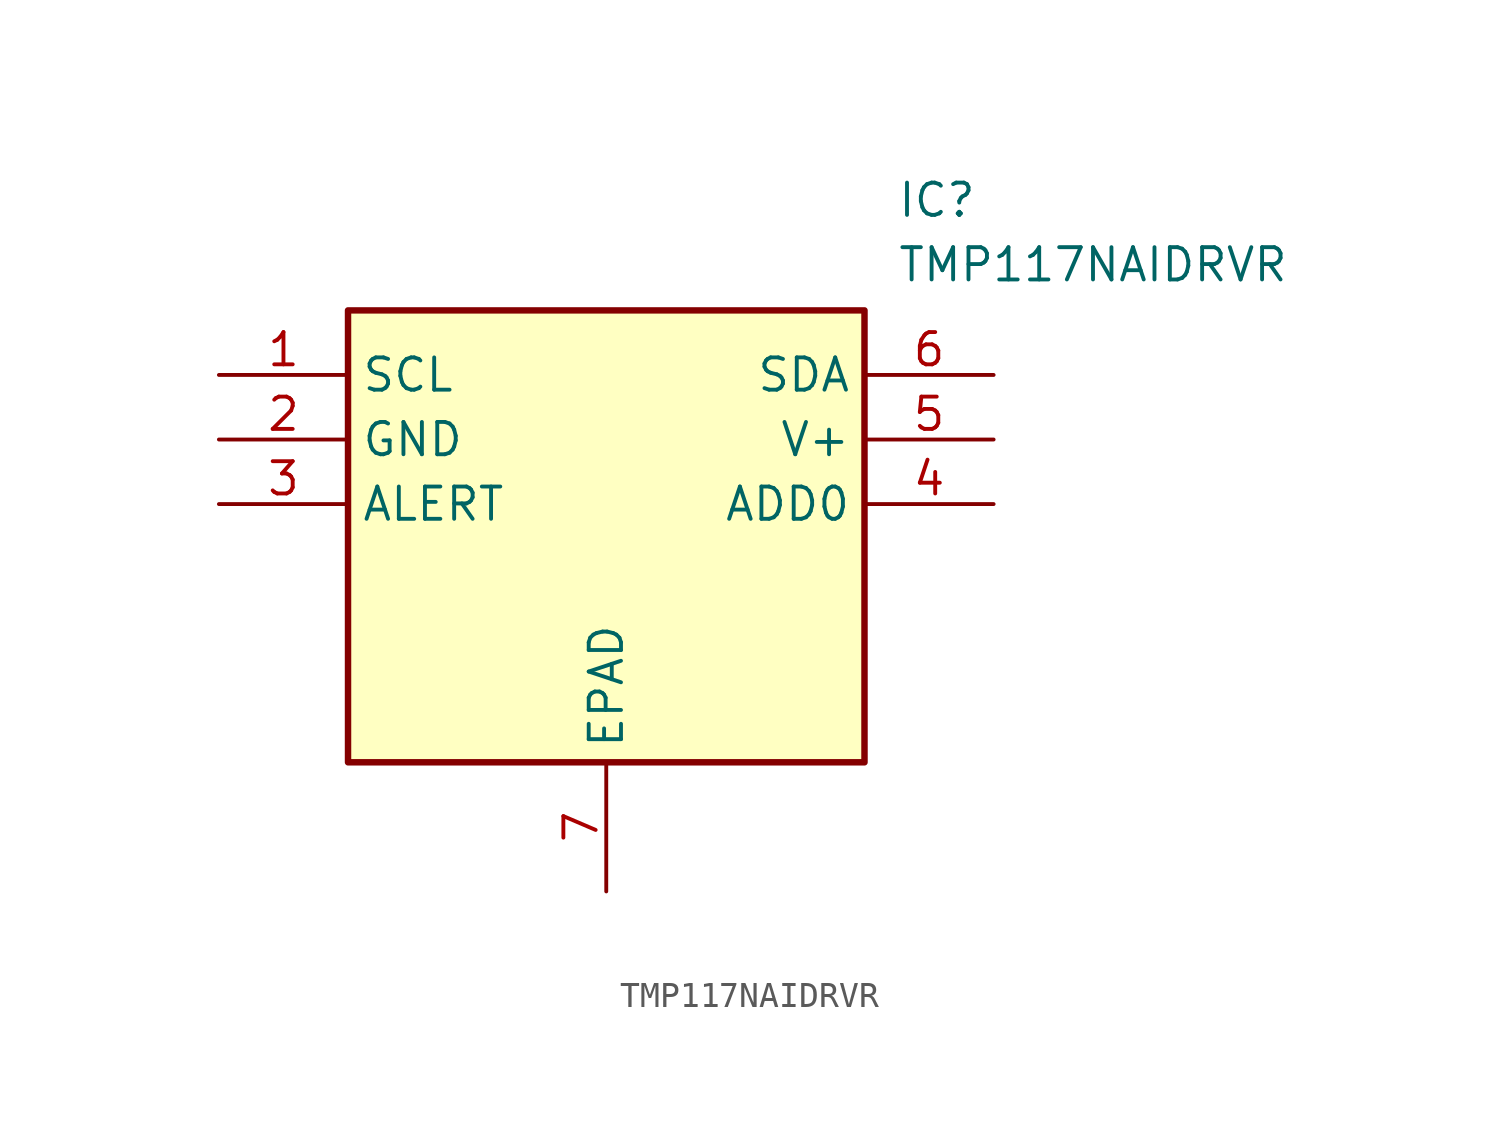
<source format=kicad_sym>
(kicad_symbol_lib
  (version 20211014)
  (generator SamacSys_ECAD_Model)
  (symbol "TMP117NAIDRVR"
    (property "Reference" "IC"
      (at 26.67 7.62 0)
      (effects (font (size 1.27 1.27)) (justify left top)))
    (property "Value" "TMP117NAIDRVR"
      (at 26.67 5.08 0)
      (effects (font (size 1.27 1.27)) (justify left top)))
    (rectangle
      (start 5.08 2.54)
      (end 25.4 -15.24)
      (stroke (width 0.254) (type default))
      (fill (type background)))
    (pin passive line
      (at 0 0 0)
      (length 5.08)
      (name "SCL" (effects (font (size 1.27 1.27))))
      (number "1" (effects (font (size 1.27 1.27)))))
    (pin passive line
      (at 0 -2.54 0)
      (length 5.08)
      (name "GND" (effects (font (size 1.27 1.27))))
      (number "2" (effects (font (size 1.27 1.27)))))
    (pin passive line
      (at 0 -5.08 0)
      (length 5.08)
      (name "ALERT" (effects (font (size 1.27 1.27))))
      (number "3" (effects (font (size 1.27 1.27)))))
    (pin passive line
      (at 15.24 -20.32 90)
      (length 5.08)
      (name "EPAD" (effects (font (size 1.27 1.27))))
      (number "7" (effects (font (size 1.27 1.27)))))
    (pin passive line
      (at 30.48 0 180)
      (length 5.08)
      (name "SDA" (effects (font (size 1.27 1.27))))
      (number "6" (effects (font (size 1.27 1.27)))))
    (pin passive line
      (at 30.48 -2.54 180)
      (length 5.08)
      (name "V+" (effects (font (size 1.27 1.27))))
      (number "5" (effects (font (size 1.27 1.27)))))
    (pin passive line
      (at 30.48 -5.08 180)
      (length 5.08)
      (name "ADD0" (effects (font (size 1.27 1.27))))
      (number "4" (effects (font (size 1.27 1.27)))))))
</source>
